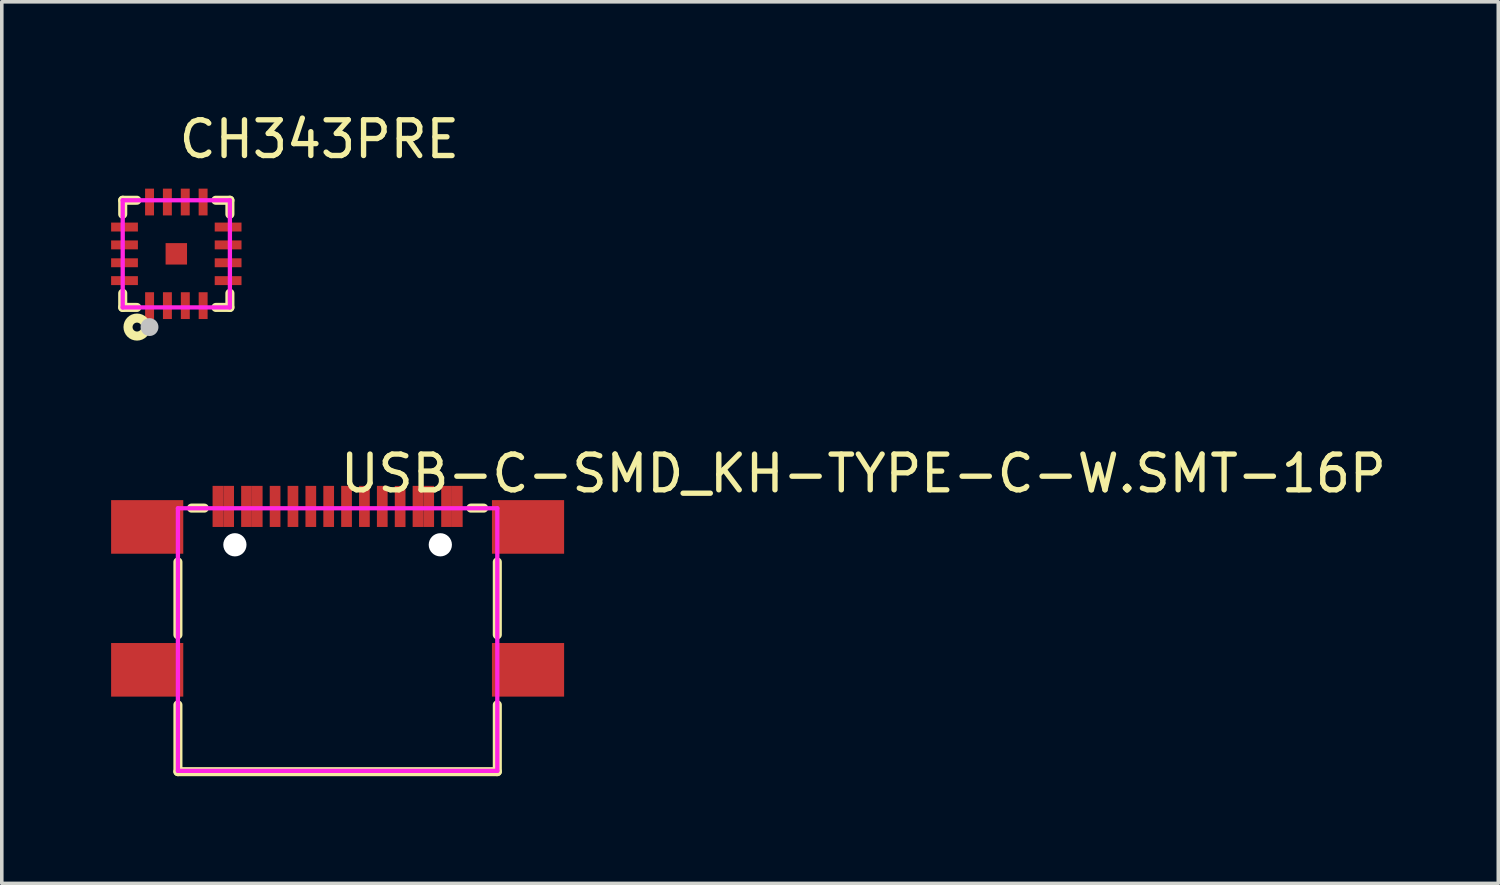
<source format=kicad_pcb>
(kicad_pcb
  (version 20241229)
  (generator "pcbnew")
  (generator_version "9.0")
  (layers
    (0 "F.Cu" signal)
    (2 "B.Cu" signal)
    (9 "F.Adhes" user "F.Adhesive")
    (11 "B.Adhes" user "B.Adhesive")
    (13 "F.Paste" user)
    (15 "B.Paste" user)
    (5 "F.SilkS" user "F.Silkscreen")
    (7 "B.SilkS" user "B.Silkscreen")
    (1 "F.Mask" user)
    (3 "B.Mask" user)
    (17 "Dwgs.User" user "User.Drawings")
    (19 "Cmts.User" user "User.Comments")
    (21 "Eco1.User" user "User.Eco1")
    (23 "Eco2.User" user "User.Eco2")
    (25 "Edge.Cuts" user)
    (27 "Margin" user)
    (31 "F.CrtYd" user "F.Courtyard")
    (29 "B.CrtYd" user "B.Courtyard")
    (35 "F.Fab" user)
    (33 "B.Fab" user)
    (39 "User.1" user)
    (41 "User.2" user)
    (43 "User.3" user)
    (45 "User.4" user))
  (footprint "CH343PRE"
    (layer "F.Cu")
    (at 1.885 4.055)
    (property "Reference" "CH343PRE" (at 0 -3.207 0) (layer "F.SilkS") (effects (font (size 1 1) (thickness 0.15)) (justify left)))
    (attr through_hole)
    (fp_line (start -1.5 -1.5) (end -1.5 -1.108) (stroke (width 0.254) (type solid)) (layer "F.SilkS"))
    (fp_line (start -1.5 -1.5) (end -1.105 -1.5) (stroke (width 0.254) (type solid)) (layer "F.SilkS"))
    (fp_line (start -1.5 1.104) (end -1.5 1.5) (stroke (width 0.254) (type solid)) (layer "F.SilkS"))
    (fp_line (start -1.5 1.5) (end -1.105 1.5) (stroke (width 0.254) (type solid)) (layer "F.SilkS"))
    (fp_line (start 1.106 -1.5) (end 1.5 -1.5) (stroke (width 0.254) (type solid)) (layer "F.SilkS"))
    (fp_line (start 1.108 1.5) (end 1.5 1.5) (stroke (width 0.254) (type solid)) (layer "F.SilkS"))
    (fp_line (start 1.5 -1.108) (end 1.5 -1.5) (stroke (width 0.254) (type solid)) (layer "F.SilkS"))
    (fp_line (start 1.5 1.5) (end 1.5 1.104) (stroke (width 0.254) (type solid)) (layer "F.SilkS"))
    (fp_circle (center -1.1 2.05) (end -0.975 2.05) (stroke (width 0.254) (type solid)) (fill no) (layer "F.SilkS"))
    (fp_poly (pts (xy -1.075 -0.625) (xy -1.075 -0.875) (xy -1.825 -0.875) (xy -1.825 -0.625)) (stroke (width 0.12) (type solid)) (fill yes) (layer "F.Paste"))
    (fp_poly (pts (xy -1.075 -0.125) (xy -1.075 -0.375) (xy -1.825 -0.375) (xy -1.825 -0.125)) (stroke (width 0.12) (type solid)) (fill yes) (layer "F.Paste"))
    (fp_poly (pts (xy -1.075 0.375) (xy -1.075 0.125) (xy -1.825 0.125) (xy -1.825 0.375)) (stroke (width 0.12) (type solid)) (fill yes) (layer "F.Paste"))
    (fp_poly (pts (xy -1.075 0.875) (xy -1.075 0.625) (xy -1.825 0.625) (xy -1.825 0.875)) (stroke (width 0.12) (type solid)) (fill yes) (layer "F.Paste"))
    (fp_poly (pts (xy -0.624 -1.825) (xy -0.874 -1.825) (xy -0.874 -1.075) (xy -0.624 -1.075)) (stroke (width 0.12) (type solid)) (fill yes) (layer "F.Paste"))
    (fp_poly (pts (xy -0.623 1.075) (xy -0.873 1.075) (xy -0.873 1.825) (xy -0.623 1.825)) (stroke (width 0.12) (type solid)) (fill yes) (layer "F.Paste"))
    (fp_poly (pts (xy -0.3 -0.3) (xy -0.3 0.3) (xy 0.3 0.3) (xy 0.3 -0.3)) (stroke (width 0.12) (type solid)) (fill yes) (layer "F.Paste"))
    (fp_poly (pts (xy -0.124 -1.825) (xy -0.374 -1.825) (xy -0.374 -1.075) (xy -0.124 -1.075)) (stroke (width 0.12) (type solid)) (fill yes) (layer "F.Paste"))
    (fp_poly (pts (xy -0.124 1.075) (xy -0.374 1.075) (xy -0.374 1.825) (xy -0.124 1.825)) (stroke (width 0.12) (type solid)) (fill yes) (layer "F.Paste"))
    (fp_poly (pts (xy 0.376 -1.825) (xy 0.126 -1.825) (xy 0.126 -1.075) (xy 0.376 -1.075)) (stroke (width 0.12) (type solid)) (fill yes) (layer "F.Paste"))
    (fp_poly (pts (xy 0.377 1.075) (xy 0.127 1.075) (xy 0.127 1.825) (xy 0.377 1.825)) (stroke (width 0.12) (type solid)) (fill yes) (layer "F.Paste"))
    (fp_poly (pts (xy 0.876 -1.825) (xy 0.626 -1.825) (xy 0.626 -1.075) (xy 0.876 -1.075)) (stroke (width 0.12) (type solid)) (fill yes) (layer "F.Paste"))
    (fp_poly (pts (xy 0.876 1.075) (xy 0.626 1.075) (xy 0.626 1.825) (xy 0.876 1.825)) (stroke (width 0.12) (type solid)) (fill yes) (layer "F.Paste"))
    (fp_poly (pts (xy 1.825 -0.625) (xy 1.825 -0.875) (xy 1.075 -0.875) (xy 1.075 -0.625)) (stroke (width 0.12) (type solid)) (fill yes) (layer "F.Paste"))
    (fp_poly (pts (xy 1.825 -0.125) (xy 1.825 -0.375) (xy 1.075 -0.375) (xy 1.075 -0.125)) (stroke (width 0.12) (type solid)) (fill yes) (layer "F.Paste"))
    (fp_poly (pts (xy 1.825 0.375) (xy 1.825 0.125) (xy 1.075 0.125) (xy 1.075 0.375)) (stroke (width 0.12) (type solid)) (fill yes) (layer "F.Paste"))
    (fp_poly (pts (xy 1.825 0.875) (xy 1.825 0.625) (xy 1.075 0.625) (xy 1.075 0.875)) (stroke (width 0.12) (type solid)) (fill yes) (layer "F.Paste"))
    (fp_circle (center -0.75 2.05) (end -0.625 2.05) (stroke (width 0.25) (type solid)) (fill no) (layer "Dwgs.User"))
    (fp_circle (center -1.5 1.5) (end -1.47 1.5) (stroke (width 0.06) (type solid)) (fill no) (layer "Eco2.User"))
    (fp_poly (pts (xy -1.1 -0.875) (xy -1.1 -0.625) (xy -1.5 -0.625) (xy -1.5 -0.875)) (stroke (width 0.12) (type solid)) (fill no) (layer "Eco2.User"))
    (fp_poly (pts (xy -1.1 -0.375) (xy -1.1 -0.125) (xy -1.5 -0.125) (xy -1.5 -0.375)) (stroke (width 0.12) (type solid)) (fill no) (layer "Eco2.User"))
    (fp_poly (pts (xy -1.1 0.125) (xy -1.1 0.375) (xy -1.5 0.375) (xy -1.5 0.125)) (stroke (width 0.12) (type solid)) (fill no) (layer "Eco2.User"))
    (fp_poly (pts (xy -1.1 0.625) (xy -1.1 0.875) (xy -1.5 0.875) (xy -1.5 0.625)) (stroke (width 0.12) (type solid)) (fill no) (layer "Eco2.User"))
    (fp_poly (pts (xy -0.874 -1.5) (xy -0.624 -1.5) (xy -0.624 -1.1) (xy -0.874 -1.1)) (stroke (width 0.12) (type solid)) (fill no) (layer "Eco2.User"))
    (fp_poly (pts (xy -0.85 -0.85) (xy 0.85 -0.85) (xy 0.85 0.85) (xy -0.85 0.85)) (stroke (width 0.12) (type solid)) (fill no) (layer "Eco2.User"))
    (fp_poly (pts (xy -0.623 1.5) (xy -0.873 1.5) (xy -0.873 1.1) (xy -0.623 1.1)) (stroke (width 0.12) (type solid)) (fill no) (layer "Eco2.User"))
    (fp_poly (pts (xy -0.374 -1.5) (xy -0.124 -1.5) (xy -0.124 -1.1) (xy -0.374 -1.1)) (stroke (width 0.12) (type solid)) (fill no) (layer "Eco2.User"))
    (fp_poly (pts (xy -0.124 1.5) (xy -0.374 1.5) (xy -0.374 1.1) (xy -0.124 1.1)) (stroke (width 0.12) (type solid)) (fill no) (layer "Eco2.User"))
    (fp_poly (pts (xy 0.125 -1.5) (xy 0.375 -1.5) (xy 0.375 -1.1) (xy 0.125 -1.1)) (stroke (width 0.12) (type solid)) (fill no) (layer "Eco2.User"))
    (fp_poly (pts (xy 0.377 1.5) (xy 0.127 1.5) (xy 0.127 1.1) (xy 0.377 1.1)) (stroke (width 0.12) (type solid)) (fill no) (layer "Eco2.User"))
    (fp_poly (pts (xy 0.625 -1.5) (xy 0.875 -1.5) (xy 0.875 -1.1) (xy 0.625 -1.1)) (stroke (width 0.12) (type solid)) (fill no) (layer "Eco2.User"))
    (fp_poly (pts (xy 0.876 1.5) (xy 0.626 1.5) (xy 0.626 1.1) (xy 0.876 1.1)) (stroke (width 0.12) (type solid)) (fill no) (layer "Eco2.User"))
    (fp_poly (pts (xy 1.1 -0.625) (xy 1.1 -0.875) (xy 1.5 -0.875) (xy 1.5 -0.625)) (stroke (width 0.12) (type solid)) (fill no) (layer "Eco2.User"))
    (fp_poly (pts (xy 1.1 -0.125) (xy 1.1 -0.375) (xy 1.5 -0.375) (xy 1.5 -0.125)) (stroke (width 0.12) (type solid)) (fill no) (layer "Eco2.User"))
    (fp_poly (pts (xy 1.1 0.375) (xy 1.1 0.125) (xy 1.5 0.125) (xy 1.5 0.375)) (stroke (width 0.12) (type solid)) (fill no) (layer "Eco2.User"))
    (fp_poly (pts (xy 1.1 0.875) (xy 1.1 0.625) (xy 1.5 0.625) (xy 1.5 0.875)) (stroke (width 0.12) (type solid)) (fill no) (layer "Eco2.User"))
    (fp_line (start -1.5 -1.5) (end 1.5 -1.5) (stroke (width 0.12) (type solid)) (layer "F.CrtYd"))
    (fp_line (start -1.5 1.5) (end -1.5 -1.5) (stroke (width 0.12) (type solid)) (layer "F.CrtYd"))
    (fp_line (start 1.5 -1.5) (end 1.5 1.5) (stroke (width 0.12) (type solid)) (layer "F.CrtYd"))
    (fp_line (start 1.5 1.5) (end -1.5 1.5) (stroke (width 0.12) (type solid)) (layer "F.CrtYd"))
    (pad "1" smd rect (at -0.748 1.45) (size 0.25 0.75) (layers "F.Cu" "F.Mask" "F.Paste"))
    (pad "2" smd rect (at -0.249 1.45) (size 0.25 0.75) (layers "F.Cu" "F.Mask" "F.Paste"))
    (pad "3" smd rect (at 0.252 1.45) (size 0.25 0.75) (layers "F.Cu" "F.Mask" "F.Paste"))
    (pad "4" smd rect (at 0.751 1.45) (size 0.25 0.75) (layers "F.Cu" "F.Mask" "F.Paste"))
    (pad "5" smd rect (at 1.45 0.75) (size 0.75 0.25) (layers "F.Cu" "F.Mask" "F.Paste"))
    (pad "6" smd rect (at 1.45 0.25) (size 0.75 0.25) (layers "F.Cu" "F.Mask" "F.Paste"))
    (pad "7" smd rect (at 1.45 -0.25) (size 0.75 0.25) (layers "F.Cu" "F.Mask" "F.Paste"))
    (pad "8" smd rect (at 1.45 -0.75) (size 0.75 0.25) (layers "F.Cu" "F.Mask" "F.Paste"))
    (pad "9" smd rect (at 0.75 -1.45) (size 0.25 0.75) (layers "F.Cu" "F.Mask" "F.Paste"))
    (pad "10" smd rect (at 0.25 -1.45) (size 0.25 0.75) (layers "F.Cu" "F.Mask" "F.Paste"))
    (pad "11" smd rect (at -0.25 -1.45) (size 0.25 0.75) (layers "F.Cu" "F.Mask" "F.Paste"))
    (pad "12" smd rect (at -0.749 -1.45) (size 0.25 0.75) (layers "F.Cu" "F.Mask" "F.Paste"))
    (pad "13" smd rect (at -1.45 -0.75) (size 0.75 0.25) (layers "F.Cu" "F.Mask" "F.Paste"))
    (pad "14" smd rect (at -1.45 -0.25) (size 0.75 0.25) (layers "F.Cu" "F.Mask" "F.Paste"))
    (pad "15" smd rect (at -1.45 0.25) (size 0.75 0.25) (layers "F.Cu" "F.Mask" "F.Paste"))
    (pad "16" smd rect (at -1.45 0.75) (size 0.75 0.25) (layers "F.Cu" "F.Mask" "F.Paste"))
    (pad "17" smd rect (at 0 0) (size 0.6 0.6) (layers "F.Cu" "F.Mask" "F.Paste")))
  (footprint "USB-C-SMD_KH-TYPE-C-W.SMT-16P"
    (layer "F.Cu")
    (at 6.4 13.412)
    (property "Reference" "USB-C-SMD_KH-TYPE-C-W.SMT-16P" (at 0 -3.207 0) (layer "F.SilkS") (effects (font (size 1 1) (thickness 0.15)) (justify left)))
    (attr through_hole)
    (fp_line (start -4.47 1.306) (end -4.47 -0.732) (stroke (width 0.254) (type solid)) (layer "F.SilkS"))
    (fp_line (start -4.47 5.137) (end -4.47 3.268) (stroke (width 0.254) (type solid)) (layer "F.SilkS"))
    (fp_line (start -4.089 -2.24) (end -3.731 -2.24) (stroke (width 0.254) (type solid)) (layer "F.SilkS"))
    (fp_line (start 3.731 -2.24) (end 4.089 -2.24) (stroke (width 0.254) (type solid)) (layer "F.SilkS"))
    (fp_line (start 4.47 1.306) (end 4.47 -0.732) (stroke (width 0.254) (type solid)) (layer "F.SilkS"))
    (fp_line (start 4.47 5.137) (end -4.47 5.137) (stroke (width 0.254) (type solid)) (layer "F.SilkS"))
    (fp_line (start 4.47 5.137) (end 4.47 3.268) (stroke (width 0.254) (type solid)) (layer "F.SilkS"))
    (fp_poly (pts (xy -4.32 -2.463) (xy -4.32 -0.963) (xy -6.34 -0.963) (xy -6.34 -2.463)) (stroke (width 0.12) (type solid)) (fill yes) (layer "F.Paste"))
    (fp_poly (pts (xy -4.32 1.537) (xy -4.32 3.037) (xy -6.34 3.037) (xy -6.34 1.537)) (stroke (width 0.12) (type solid)) (fill yes) (layer "F.Paste"))
    (fp_poly (pts (xy -2.9 -2.857) (xy -2.9 -1.712) (xy -3.5 -1.712) (xy -3.5 -2.857)) (stroke (width 0.12) (type solid)) (fill yes) (layer "F.Paste"))
    (fp_poly (pts (xy -2.1 -2.857) (xy -2.1 -1.712) (xy -2.7 -1.712) (xy -2.7 -2.857)) (stroke (width 0.12) (type solid)) (fill yes) (layer "F.Paste"))
    (fp_poly (pts (xy -1.9 -2.862) (xy -1.6 -2.862) (xy -1.6 -1.712) (xy -1.9 -1.712)) (stroke (width 0.12) (type solid)) (fill yes) (layer "F.Paste"))
    (fp_poly (pts (xy -1.4 -2.862) (xy -1.1 -2.862) (xy -1.1 -1.712) (xy -1.4 -1.712)) (stroke (width 0.12) (type solid)) (fill yes) (layer "F.Paste"))
    (fp_poly (pts (xy -0.9 -2.862) (xy -0.6 -2.862) (xy -0.6 -1.712) (xy -0.9 -1.712)) (stroke (width 0.12) (type solid)) (fill yes) (layer "F.Paste"))
    (fp_poly (pts (xy -0.4 -2.862) (xy -0.1 -2.862) (xy -0.1 -1.712) (xy -0.4 -1.712)) (stroke (width 0.12) (type solid)) (fill yes) (layer "F.Paste"))
    (fp_poly (pts (xy 0.1 -2.862) (xy 0.4 -2.862) (xy 0.4 -1.712) (xy 0.1 -1.712)) (stroke (width 0.12) (type solid)) (fill yes) (layer "F.Paste"))
    (fp_poly (pts (xy 0.6 -2.862) (xy 0.9 -2.862) (xy 0.9 -1.712) (xy 0.6 -1.712)) (stroke (width 0.12) (type solid)) (fill yes) (layer "F.Paste"))
    (fp_poly (pts (xy 1.1 -2.862) (xy 1.4 -2.862) (xy 1.4 -1.712) (xy 1.1 -1.712)) (stroke (width 0.12) (type solid)) (fill yes) (layer "F.Paste"))
    (fp_poly (pts (xy 1.6 -2.86) (xy 1.9 -2.86) (xy 1.9 -1.71) (xy 1.6 -1.71)) (stroke (width 0.12) (type solid)) (fill yes) (layer "F.Paste"))
    (fp_poly (pts (xy 2.7 -2.857) (xy 2.7 -1.712) (xy 2.1 -1.712) (xy 2.1 -2.857)) (stroke (width 0.12) (type solid)) (fill yes) (layer "F.Paste"))
    (fp_poly (pts (xy 3.5 -2.857) (xy 3.5 -1.712) (xy 2.9 -1.712) (xy 2.9 -2.857)) (stroke (width 0.12) (type solid)) (fill yes) (layer "F.Paste"))
    (fp_poly (pts (xy 6.34 -2.463) (xy 6.34 -0.963) (xy 4.32 -0.963) (xy 4.32 -2.463)) (stroke (width 0.12) (type solid)) (fill yes) (layer "F.Paste"))
    (fp_poly (pts (xy 6.34 1.537) (xy 6.34 3.037) (xy 4.32 3.037) (xy 4.32 1.537)) (stroke (width 0.12) (type solid)) (fill yes) (layer "F.Paste"))
    (fp_circle (center -2.875 -1.213) (end -2.725 -1.213) (stroke (width 0.3) (type solid)) (fill no) (layer "Dwgs.User"))
    (fp_circle (center 2.875 -1.213) (end 3.025 -1.213) (stroke (width 0.3) (type solid)) (fill no) (layer "Dwgs.User"))
    (fp_circle (center -5.85 -2.467) (end -5.82 -2.467) (stroke (width 0.06) (type solid)) (fill no) (layer "Eco2.User"))
    (fp_poly (pts (xy -5.85 -2.113) (xy -4.42 -2.113) (xy -4.42 -1.313) (xy -5.85 -1.313)) (stroke (width 0.12) (type solid)) (fill no) (layer "Eco2.User"))
    (fp_poly (pts (xy -5.85 1.687) (xy -4.42 1.687) (xy -4.42 2.887) (xy -5.85 2.887)) (stroke (width 0.12) (type solid)) (fill no) (layer "Eco2.User"))
    (fp_poly (pts (xy -3.402 -2.464) (xy -3.202 -2.464) (xy -3.202 -1.714) (xy -3.402 -1.714)) (stroke (width 0.12) (type solid)) (fill no) (layer "Eco2.User"))
    (fp_poly (pts (xy -3.201 -2.464) (xy -3.001 -2.464) (xy -3.001 -1.714) (xy -3.201 -1.714)) (stroke (width 0.12) (type solid)) (fill no) (layer "Eco2.User"))
    (fp_poly (pts (xy -2.604 -2.464) (xy -2.404 -2.464) (xy -2.404 -1.714) (xy -2.604 -1.714)) (stroke (width 0.12) (type solid)) (fill no) (layer "Eco2.User"))
    (fp_poly (pts (xy -2.403 -2.464) (xy -2.203 -2.464) (xy -2.203 -1.714) (xy -2.403 -1.714)) (stroke (width 0.12) (type solid)) (fill no) (layer "Eco2.User"))
    (fp_poly (pts (xy -1.85 -2.467) (xy -1.65 -2.467) (xy -1.65 -1.717) (xy -1.85 -1.717)) (stroke (width 0.12) (type solid)) (fill no) (layer "Eco2.User"))
    (fp_poly (pts (xy -1.35 -2.467) (xy -1.15 -2.467) (xy -1.15 -1.717) (xy -1.35 -1.717)) (stroke (width 0.12) (type solid)) (fill no) (layer "Eco2.User"))
    (fp_poly (pts (xy -0.85 -2.467) (xy -0.65 -2.467) (xy -0.65 -1.717) (xy -0.85 -1.717)) (stroke (width 0.12) (type solid)) (fill no) (layer "Eco2.User"))
    (fp_poly (pts (xy -0.35 -2.467) (xy -0.15 -2.467) (xy -0.15 -1.717) (xy -0.35 -1.717)) (stroke (width 0.12) (type solid)) (fill no) (layer "Eco2.User"))
    (fp_poly (pts (xy 0.15 -2.467) (xy 0.35 -2.467) (xy 0.35 -1.717) (xy 0.15 -1.717)) (stroke (width 0.12) (type solid)) (fill no) (layer "Eco2.User"))
    (fp_poly (pts (xy 0.65 -2.467) (xy 0.85 -2.467) (xy 0.85 -1.717) (xy 0.65 -1.717)) (stroke (width 0.12) (type solid)) (fill no) (layer "Eco2.User"))
    (fp_poly (pts (xy 1.15 -2.467) (xy 1.35 -2.467) (xy 1.35 -1.717) (xy 1.15 -1.717)) (stroke (width 0.12) (type solid)) (fill no) (layer "Eco2.User"))
    (fp_poly (pts (xy 1.65 -2.467) (xy 1.85 -2.467) (xy 1.85 -1.717) (xy 1.65 -1.717)) (stroke (width 0.12) (type solid)) (fill no) (layer "Eco2.User"))
    (fp_poly (pts (xy 2.199 -2.465) (xy 2.399 -2.465) (xy 2.399 -1.715) (xy 2.199 -1.715)) (stroke (width 0.12) (type solid)) (fill no) (layer "Eco2.User"))
    (fp_poly (pts (xy 2.399 -2.465) (xy 2.599 -2.465) (xy 2.599 -1.715) (xy 2.399 -1.715)) (stroke (width 0.12) (type solid)) (fill no) (layer "Eco2.User"))
    (fp_poly (pts (xy 2.999 -2.464) (xy 3.199 -2.464) (xy 3.199 -1.714) (xy 2.999 -1.714)) (stroke (width 0.12) (type solid)) (fill no) (layer "Eco2.User"))
    (fp_poly (pts (xy 3.2 -2.464) (xy 3.4 -2.464) (xy 3.4 -1.714) (xy 3.2 -1.714)) (stroke (width 0.12) (type solid)) (fill no) (layer "Eco2.User"))
    (fp_poly (pts (xy 4.42 -2.113) (xy 5.85 -2.113) (xy 5.85 -1.313) (xy 4.42 -1.313)) (stroke (width 0.12) (type solid)) (fill no) (layer "Eco2.User"))
    (fp_poly (pts (xy 4.42 1.687) (xy 5.85 1.687) (xy 5.85 2.887) (xy 4.42 2.887)) (stroke (width 0.12) (type solid)) (fill no) (layer "Eco2.User"))
    (fp_line (start -4.47 -2.235) (end 4.47 -2.235) (stroke (width 0.12) (type solid)) (layer "F.CrtYd"))
    (fp_line (start -4.47 5.115) (end -4.47 -2.235) (stroke (width 0.12) (type solid)) (layer "F.CrtYd"))
    (fp_line (start 4.47 -2.235) (end 4.47 5.115) (stroke (width 0.12) (type solid)) (layer "F.CrtYd"))
    (fp_line (start 4.47 5.115) (end -4.47 5.115) (stroke (width 0.12) (type solid)) (layer "F.CrtYd"))
    (pad "" np_thru_hole circle (at -2.875 -1.213) (size 0.65 0.65) (drill 0.65) (layers "*.Cu" "*.Mask"))
    (pad "" np_thru_hole circle (at 2.875 -1.213) (size 0.65 0.65) (drill 0.65) (layers "*.Cu" "*.Mask"))
    (pad "17" smd rect (at 5.33 -1.713) (size 2.02 1.5) (layers "F.Cu" "F.Mask" "F.Paste"))
    (pad "18" smd rect (at 5.33 2.287) (size 2.02 1.5) (layers "F.Cu" "F.Mask" "F.Paste"))
    (pad "19" smd rect (at -5.33 2.287) (size 2.02 1.5) (layers "F.Cu" "F.Mask" "F.Paste"))
    (pad "20" smd rect (at -5.33 -1.713) (size 2.02 1.5) (layers "F.Cu" "F.Mask" "F.Paste"))
    (pad "A1" smd rect (at -3.35 -2.287) (size 0.3 1.15) (layers "F.Cu" "F.Mask" "F.Paste"))
    (pad "A4" smd rect (at -2.55 -2.287) (size 0.3 1.15) (layers "F.Cu" "F.Mask" "F.Paste"))
    (pad "A5" smd rect (at -1.25 -2.287) (size 0.3 1.15) (layers "F.Cu" "F.Mask" "F.Paste"))
    (pad "A6" smd rect (at -0.25 -2.287) (size 0.3 1.15) (layers "F.Cu" "F.Mask" "F.Paste"))
    (pad "A7" smd rect (at 0.25 -2.287) (size 0.3 1.15) (layers "F.Cu" "F.Mask" "F.Paste"))
    (pad "A8" smd rect (at 1.25 -2.287) (size 0.3 1.15) (layers "F.Cu" "F.Mask" "F.Paste"))
    (pad "A9" smd rect (at 2.55 -2.287) (size 0.3 1.15) (layers "F.Cu" "F.Mask" "F.Paste"))
    (pad "A12" smd rect (at 3.35 -2.287) (size 0.3 1.15) (layers "F.Cu" "F.Mask" "F.Paste"))
    (pad "B1" smd rect (at 3.05 -2.287) (size 0.3 1.15) (layers "F.Cu" "F.Mask" "F.Paste"))
    (pad "B4" smd rect (at 2.25 -2.287) (size 0.3 1.15) (layers "F.Cu" "F.Mask" "F.Paste"))
    (pad "B5" smd rect (at 1.75 -2.285) (size 0.3 1.15) (layers "F.Cu" "F.Mask" "F.Paste"))
    (pad "B6" smd rect (at 0.75 -2.287) (size 0.3 1.15) (layers "F.Cu" "F.Mask" "F.Paste"))
    (pad "B7" smd rect (at -0.75 -2.287) (size 0.3 1.15) (layers "F.Cu" "F.Mask" "F.Paste"))
    (pad "B8" smd rect (at -1.75 -2.287) (size 0.3 1.15) (layers "F.Cu" "F.Mask" "F.Paste"))
    (pad "B9" smd rect (at -2.25 -2.287) (size 0.3 1.15) (layers "F.Cu" "F.Mask" "F.Paste"))
    (pad "B12" smd rect (at -3.05 -2.287) (size 0.3 1.15) (layers "F.Cu" "F.Mask" "F.Paste")))
  (gr_rect
    (start -3 -3)
    (end 38.888 21.677)
    (stroke (width 0.1) (type default))
    (fill no)
    (layer "Edge.Cuts")))
</source>
